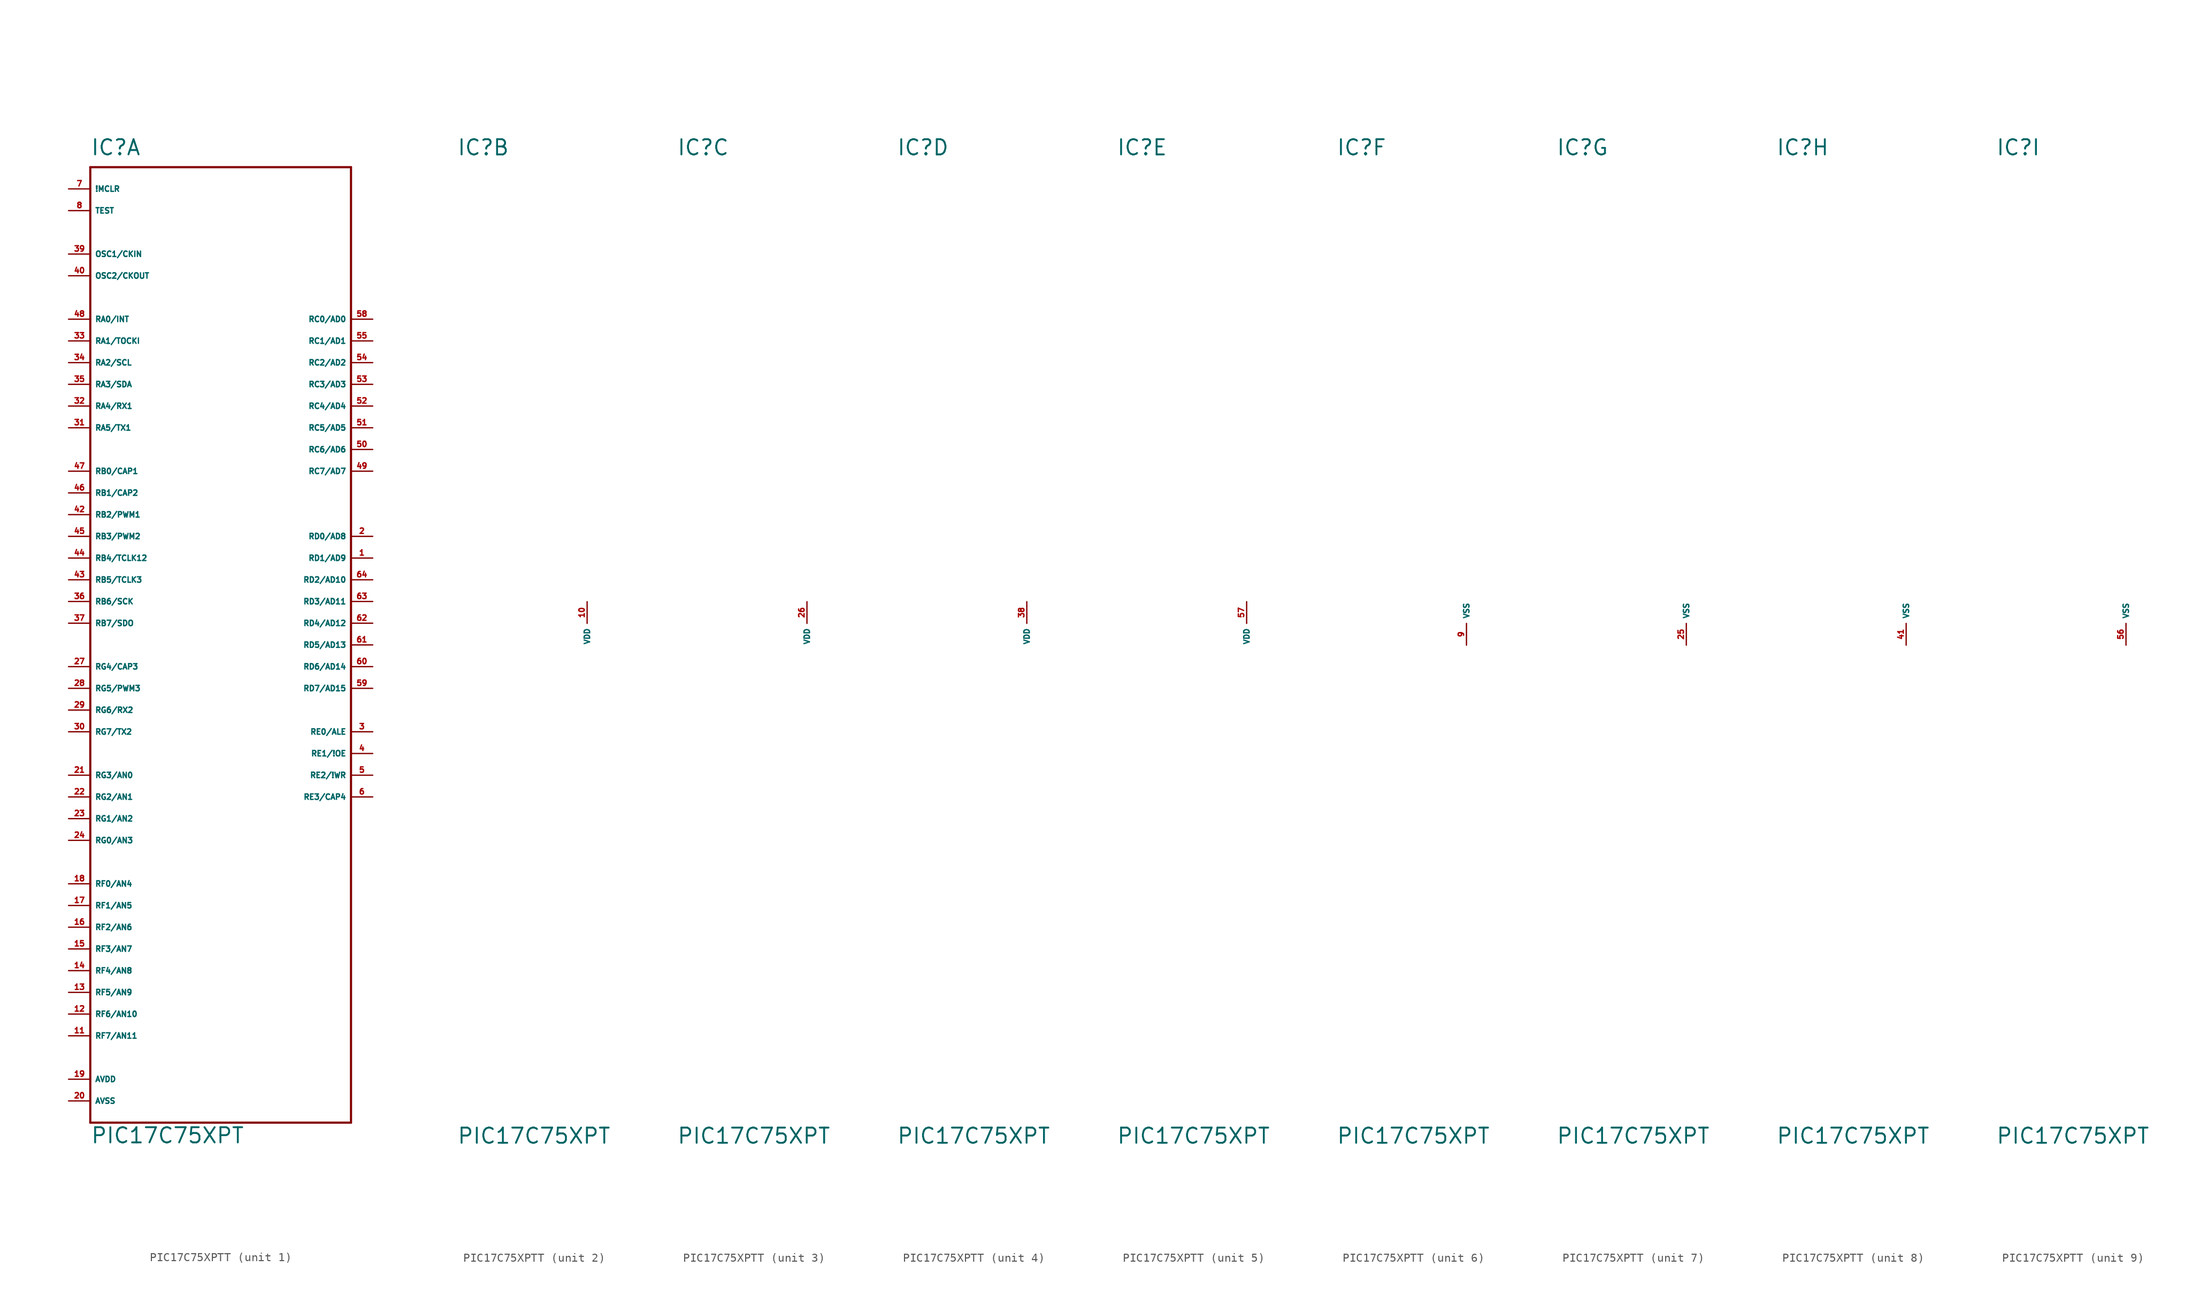
<source format=kicad_sym>
(kicad_symbol_lib
  (version 20220914)
  (generator Eagle2Kicad)
  (symbol "PIC17C75XPTT"
    (property "Reference" "IC"
      (at -15.24 54.61 0)
      (effects (font (size 1.778 1.778) (thickness 0.22)) (justify left bottom)))
    (property "Value" "PIC17C75XPT"
      (at -15.24 -60.96 0)
      (effects (font (size 1.778 1.778) (thickness 0.22)) (justify left bottom)))
    (symbol "PIC17C75XPTT_1_0"
      (polyline (pts (xy -15.24 53.34) (xy 15.24 53.34)) (stroke (width 0.254) (type default)) (fill (type none)))
      (polyline (pts (xy 15.24 53.34) (xy 15.24 -58.42)) (stroke (width 0.254) (type default)) (fill (type none)))
      (polyline (pts (xy 15.24 -58.42) (xy -15.24 -58.42)) (stroke (width 0.254) (type default)) (fill (type none)))
      (polyline (pts (xy -15.24 -58.42) (xy -15.24 53.34)) (stroke (width 0.254) (type default)) (fill (type none)))
      (pin bidirectional line (at 17.78 10.16 180) (length 2.54) (name "RD0/AD8" (effects (font (size 0.635 0.635) (thickness 0.08)) (justify left bottom))) (number "2" (effects (font (size 0.635 0.635) (thickness 0.08)) (justify left bottom))))
      (pin bidirectional line (at 17.78 7.62 180) (length 2.54) (name "RD1/AD9" (effects (font (size 0.635 0.635) (thickness 0.08)) (justify left bottom))) (number "1" (effects (font (size 0.635 0.635) (thickness 0.08)) (justify left bottom))))
      (pin bidirectional line (at 17.78 5.08 180) (length 2.54) (name "RD2/AD10" (effects (font (size 0.635 0.635) (thickness 0.08)) (justify left bottom))) (number "64" (effects (font (size 0.635 0.635) (thickness 0.08)) (justify left bottom))))
      (pin bidirectional line (at 17.78 2.54 180) (length 2.54) (name "RD3/AD11" (effects (font (size 0.635 0.635) (thickness 0.08)) (justify left bottom))) (number "63" (effects (font (size 0.635 0.635) (thickness 0.08)) (justify left bottom))))
      (pin bidirectional line (at 17.78 0 180) (length 2.54) (name "RD4/AD12" (effects (font (size 0.635 0.635) (thickness 0.08)) (justify left bottom))) (number "62" (effects (font (size 0.635 0.635) (thickness 0.08)) (justify left bottom))))
      (pin bidirectional line (at 17.78 -2.54 180) (length 2.54) (name "RD5/AD13" (effects (font (size 0.635 0.635) (thickness 0.08)) (justify left bottom))) (number "61" (effects (font (size 0.635 0.635) (thickness 0.08)) (justify left bottom))))
      (pin bidirectional line (at 17.78 -5.08 180) (length 2.54) (name "RD6/AD14" (effects (font (size 0.635 0.635) (thickness 0.08)) (justify left bottom))) (number "60" (effects (font (size 0.635 0.635) (thickness 0.08)) (justify left bottom))))
      (pin bidirectional line (at 17.78 -7.62 180) (length 2.54) (name "RD7/AD15" (effects (font (size 0.635 0.635) (thickness 0.08)) (justify left bottom))) (number "59" (effects (font (size 0.635 0.635) (thickness 0.08)) (justify left bottom))))
      (pin bidirectional line (at 17.78 -12.7 180) (length 2.54) (name "RE0/ALE" (effects (font (size 0.635 0.635) (thickness 0.08)) (justify left bottom))) (number "3" (effects (font (size 0.635 0.635) (thickness 0.08)) (justify left bottom))))
      (pin bidirectional line (at 17.78 -15.24 180) (length 2.54) (name "RE1/!OE" (effects (font (size 0.635 0.635) (thickness 0.08)) (justify left bottom))) (number "4" (effects (font (size 0.635 0.635) (thickness 0.08)) (justify left bottom))))
      (pin bidirectional line (at 17.78 -17.78 180) (length 2.54) (name "RE2/!WR" (effects (font (size 0.635 0.635) (thickness 0.08)) (justify left bottom))) (number "5" (effects (font (size 0.635 0.635) (thickness 0.08)) (justify left bottom))))
      (pin bidirectional line (at 17.78 -20.32 180) (length 2.54) (name "RE3/CAP4" (effects (font (size 0.635 0.635) (thickness 0.08)) (justify left bottom))) (number "6" (effects (font (size 0.635 0.635) (thickness 0.08)) (justify left bottom))))
      (pin input line (at -17.78 50.8 0) (length 2.54) (name "!MCLR" (effects (font (size 0.635 0.635) (thickness 0.08)) (justify left bottom))) (number "7" (effects (font (size 0.635 0.635) (thickness 0.08)) (justify left bottom))))
      (pin input line (at -17.78 48.26 0) (length 2.54) (name "TEST" (effects (font (size 0.635 0.635) (thickness 0.08)) (justify left bottom))) (number "8" (effects (font (size 0.635 0.635) (thickness 0.08)) (justify left bottom))))
      (pin bidirectional line (at -17.78 -30.48 0) (length 2.54) (name "RF0/AN4" (effects (font (size 0.635 0.635) (thickness 0.08)) (justify left bottom))) (number "18" (effects (font (size 0.635 0.635) (thickness 0.08)) (justify left bottom))))
      (pin bidirectional line (at -17.78 -33.02 0) (length 2.54) (name "RF1/AN5" (effects (font (size 0.635 0.635) (thickness 0.08)) (justify left bottom))) (number "17" (effects (font (size 0.635 0.635) (thickness 0.08)) (justify left bottom))))
      (pin bidirectional line (at -17.78 -35.56 0) (length 2.54) (name "RF2/AN6" (effects (font (size 0.635 0.635) (thickness 0.08)) (justify left bottom))) (number "16" (effects (font (size 0.635 0.635) (thickness 0.08)) (justify left bottom))))
      (pin bidirectional line (at -17.78 -38.1 0) (length 2.54) (name "RF3/AN7" (effects (font (size 0.635 0.635) (thickness 0.08)) (justify left bottom))) (number "15" (effects (font (size 0.635 0.635) (thickness 0.08)) (justify left bottom))))
      (pin bidirectional line (at -17.78 -40.64 0) (length 2.54) (name "RF4/AN8" (effects (font (size 0.635 0.635) (thickness 0.08)) (justify left bottom))) (number "14" (effects (font (size 0.635 0.635) (thickness 0.08)) (justify left bottom))))
      (pin bidirectional line (at -17.78 -43.18 0) (length 2.54) (name "RF5/AN9" (effects (font (size 0.635 0.635) (thickness 0.08)) (justify left bottom))) (number "13" (effects (font (size 0.635 0.635) (thickness 0.08)) (justify left bottom))))
      (pin bidirectional line (at -17.78 -45.72 0) (length 2.54) (name "RF6/AN10" (effects (font (size 0.635 0.635) (thickness 0.08)) (justify left bottom))) (number "12" (effects (font (size 0.635 0.635) (thickness 0.08)) (justify left bottom))))
      (pin bidirectional line (at -17.78 -48.26 0) (length 2.54) (name "RF7/AN11" (effects (font (size 0.635 0.635) (thickness 0.08)) (justify left bottom))) (number "11" (effects (font (size 0.635 0.635) (thickness 0.08)) (justify left bottom))))
      (pin bidirectional line (at -17.78 -25.4 0) (length 2.54) (name "RG0/AN3" (effects (font (size 0.635 0.635) (thickness 0.08)) (justify left bottom))) (number "24" (effects (font (size 0.635 0.635) (thickness 0.08)) (justify left bottom))))
      (pin bidirectional line (at -17.78 -22.86 0) (length 2.54) (name "RG1/AN2" (effects (font (size 0.635 0.635) (thickness 0.08)) (justify left bottom))) (number "23" (effects (font (size 0.635 0.635) (thickness 0.08)) (justify left bottom))))
      (pin bidirectional line (at -17.78 -20.32 0) (length 2.54) (name "RG2/AN1" (effects (font (size 0.635 0.635) (thickness 0.08)) (justify left bottom))) (number "22" (effects (font (size 0.635 0.635) (thickness 0.08)) (justify left bottom))))
      (pin bidirectional line (at -17.78 -17.78 0) (length 2.54) (name "RG3/AN0" (effects (font (size 0.635 0.635) (thickness 0.08)) (justify left bottom))) (number "21" (effects (font (size 0.635 0.635) (thickness 0.08)) (justify left bottom))))
      (pin bidirectional line (at -17.78 -5.08 0) (length 2.54) (name "RG4/CAP3" (effects (font (size 0.635 0.635) (thickness 0.08)) (justify left bottom))) (number "27" (effects (font (size 0.635 0.635) (thickness 0.08)) (justify left bottom))))
      (pin bidirectional line (at -17.78 -7.62 0) (length 2.54) (name "RG5/PWM3" (effects (font (size 0.635 0.635) (thickness 0.08)) (justify left bottom))) (number "28" (effects (font (size 0.635 0.635) (thickness 0.08)) (justify left bottom))))
      (pin bidirectional line (at -17.78 -10.16 0) (length 2.54) (name "RG6/RX2" (effects (font (size 0.635 0.635) (thickness 0.08)) (justify left bottom))) (number "29" (effects (font (size 0.635 0.635) (thickness 0.08)) (justify left bottom))))
      (pin bidirectional line (at -17.78 -12.7 0) (length 2.54) (name "RG7/TX2" (effects (font (size 0.635 0.635) (thickness 0.08)) (justify left bottom))) (number "30" (effects (font (size 0.635 0.635) (thickness 0.08)) (justify left bottom))))
      (pin input line (at -17.78 35.56 0) (length 2.54) (name "RA0/INT" (effects (font (size 0.635 0.635) (thickness 0.08)) (justify left bottom))) (number "48" (effects (font (size 0.635 0.635) (thickness 0.08)) (justify left bottom))))
      (pin input line (at -17.78 33.02 0) (length 2.54) (name "RA1/TOCKI" (effects (font (size 0.635 0.635) (thickness 0.08)) (justify left bottom))) (number "33" (effects (font (size 0.635 0.635) (thickness 0.08)) (justify left bottom))))
      (pin bidirectional line (at -17.78 30.48 0) (length 2.54) (name "RA2/SCL" (effects (font (size 0.635 0.635) (thickness 0.08)) (justify left bottom))) (number "34" (effects (font (size 0.635 0.635) (thickness 0.08)) (justify left bottom))))
      (pin bidirectional line (at -17.78 27.94 0) (length 2.54) (name "RA3/SDA" (effects (font (size 0.635 0.635) (thickness 0.08)) (justify left bottom))) (number "35" (effects (font (size 0.635 0.635) (thickness 0.08)) (justify left bottom))))
      (pin bidirectional line (at -17.78 25.4 0) (length 2.54) (name "RA4/RX1" (effects (font (size 0.635 0.635) (thickness 0.08)) (justify left bottom))) (number "32" (effects (font (size 0.635 0.635) (thickness 0.08)) (justify left bottom))))
      (pin bidirectional line (at -17.78 22.86 0) (length 2.54) (name "RA5/TX1" (effects (font (size 0.635 0.635) (thickness 0.08)) (justify left bottom))) (number "31" (effects (font (size 0.635 0.635) (thickness 0.08)) (justify left bottom))))
      (pin bidirectional line (at -17.78 17.78 0) (length 2.54) (name "RB0/CAP1" (effects (font (size 0.635 0.635) (thickness 0.08)) (justify left bottom))) (number "47" (effects (font (size 0.635 0.635) (thickness 0.08)) (justify left bottom))))
      (pin bidirectional line (at -17.78 15.24 0) (length 2.54) (name "RB1/CAP2" (effects (font (size 0.635 0.635) (thickness 0.08)) (justify left bottom))) (number "46" (effects (font (size 0.635 0.635) (thickness 0.08)) (justify left bottom))))
      (pin bidirectional line (at -17.78 12.7 0) (length 2.54) (name "RB2/PWM1" (effects (font (size 0.635 0.635) (thickness 0.08)) (justify left bottom))) (number "42" (effects (font (size 0.635 0.635) (thickness 0.08)) (justify left bottom))))
      (pin bidirectional line (at -17.78 10.16 0) (length 2.54) (name "RB3/PWM2" (effects (font (size 0.635 0.635) (thickness 0.08)) (justify left bottom))) (number "45" (effects (font (size 0.635 0.635) (thickness 0.08)) (justify left bottom))))
      (pin bidirectional line (at -17.78 7.62 0) (length 2.54) (name "RB4/TCLK12" (effects (font (size 0.635 0.635) (thickness 0.08)) (justify left bottom))) (number "44" (effects (font (size 0.635 0.635) (thickness 0.08)) (justify left bottom))))
      (pin bidirectional line (at -17.78 5.08 0) (length 2.54) (name "RB5/TCLK3" (effects (font (size 0.635 0.635) (thickness 0.08)) (justify left bottom))) (number "43" (effects (font (size 0.635 0.635) (thickness 0.08)) (justify left bottom))))
      (pin bidirectional line (at -17.78 2.54 0) (length 2.54) (name "RB6/SCK" (effects (font (size 0.635 0.635) (thickness 0.08)) (justify left bottom))) (number "36" (effects (font (size 0.635 0.635) (thickness 0.08)) (justify left bottom))))
      (pin bidirectional line (at -17.78 0 0) (length 2.54) (name "RB7/SDO" (effects (font (size 0.635 0.635) (thickness 0.08)) (justify left bottom))) (number "37" (effects (font (size 0.635 0.635) (thickness 0.08)) (justify left bottom))))
      (pin bidirectional line (at 17.78 35.56 180) (length 2.54) (name "RC0/AD0" (effects (font (size 0.635 0.635) (thickness 0.08)) (justify left bottom))) (number "58" (effects (font (size 0.635 0.635) (thickness 0.08)) (justify left bottom))))
      (pin bidirectional line (at 17.78 33.02 180) (length 2.54) (name "RC1/AD1" (effects (font (size 0.635 0.635) (thickness 0.08)) (justify left bottom))) (number "55" (effects (font (size 0.635 0.635) (thickness 0.08)) (justify left bottom))))
      (pin bidirectional line (at 17.78 30.48 180) (length 2.54) (name "RC2/AD2" (effects (font (size 0.635 0.635) (thickness 0.08)) (justify left bottom))) (number "54" (effects (font (size 0.635 0.635) (thickness 0.08)) (justify left bottom))))
      (pin bidirectional line (at 17.78 27.94 180) (length 2.54) (name "RC3/AD3" (effects (font (size 0.635 0.635) (thickness 0.08)) (justify left bottom))) (number "53" (effects (font (size 0.635 0.635) (thickness 0.08)) (justify left bottom))))
      (pin bidirectional line (at 17.78 25.4 180) (length 2.54) (name "RC4/AD4" (effects (font (size 0.635 0.635) (thickness 0.08)) (justify left bottom))) (number "52" (effects (font (size 0.635 0.635) (thickness 0.08)) (justify left bottom))))
      (pin bidirectional line (at 17.78 22.86 180) (length 2.54) (name "RC5/AD5" (effects (font (size 0.635 0.635) (thickness 0.08)) (justify left bottom))) (number "51" (effects (font (size 0.635 0.635) (thickness 0.08)) (justify left bottom))))
      (pin bidirectional line (at 17.78 20.32 180) (length 2.54) (name "RC6/AD6" (effects (font (size 0.635 0.635) (thickness 0.08)) (justify left bottom))) (number "50" (effects (font (size 0.635 0.635) (thickness 0.08)) (justify left bottom))))
      (pin bidirectional line (at 17.78 17.78 180) (length 2.54) (name "RC7/AD7" (effects (font (size 0.635 0.635) (thickness 0.08)) (justify left bottom))) (number "49" (effects (font (size 0.635 0.635) (thickness 0.08)) (justify left bottom))))
      (pin unspecified line (at -17.78 -53.34 0) (length 2.54) (name "AVDD" (effects (font (size 0.635 0.635) (thickness 0.08)) (justify left bottom))) (number "19" (effects (font (size 0.635 0.635) (thickness 0.08)) (justify left bottom))))
      (pin unspecified line (at -17.78 -55.88 0) (length 2.54) (name "AVSS" (effects (font (size 0.635 0.635) (thickness 0.08)) (justify left bottom))) (number "20" (effects (font (size 0.635 0.635) (thickness 0.08)) (justify left bottom))))
      (pin input line (at -17.78 43.18 0) (length 2.54) (name "OSC1/CKIN" (effects (font (size 0.635 0.635) (thickness 0.08)) (justify left bottom))) (number "39" (effects (font (size 0.635 0.635) (thickness 0.08)) (justify left bottom))))
      (pin output line (at -17.78 40.64 0) (length 2.54) (name "OSC2/CKOUT" (effects (font (size 0.635 0.635) (thickness 0.08)) (justify left bottom))) (number "40" (effects (font (size 0.635 0.635) (thickness 0.08)) (justify left bottom)))))
    (symbol "PIC17C75XPTT_2_0"
      (pin unspecified line (at 0 2.54 270) (length 2.54) (name "VDD" (effects (font (size 0.635 0.635) (thickness 0.08)) (justify left bottom))) (number "10" (effects (font (size 0.635 0.635) (thickness 0.08)) (justify left bottom)))))
    (symbol "PIC17C75XPTT_3_0"
      (pin unspecified line (at 0 2.54 270) (length 2.54) (name "VDD" (effects (font (size 0.635 0.635) (thickness 0.08)) (justify left bottom))) (number "26" (effects (font (size 0.635 0.635) (thickness 0.08)) (justify left bottom)))))
    (symbol "PIC17C75XPTT_4_0"
      (pin unspecified line (at 0 2.54 270) (length 2.54) (name "VDD" (effects (font (size 0.635 0.635) (thickness 0.08)) (justify left bottom))) (number "38" (effects (font (size 0.635 0.635) (thickness 0.08)) (justify left bottom)))))
    (symbol "PIC17C75XPTT_5_0"
      (pin unspecified line (at 0 2.54 270) (length 2.54) (name "VDD" (effects (font (size 0.635 0.635) (thickness 0.08)) (justify left bottom))) (number "57" (effects (font (size 0.635 0.635) (thickness 0.08)) (justify left bottom)))))
    (symbol "PIC17C75XPTT_6_0"
      (pin unspecified line (at 0 -2.54 90) (length 2.54) (name "VSS" (effects (font (size 0.635 0.635) (thickness 0.08)) (justify left bottom))) (number "9" (effects (font (size 0.635 0.635) (thickness 0.08)) (justify left bottom)))))
    (symbol "PIC17C75XPTT_7_0"
      (pin unspecified line (at 0 -2.54 90) (length 2.54) (name "VSS" (effects (font (size 0.635 0.635) (thickness 0.08)) (justify left bottom))) (number "25" (effects (font (size 0.635 0.635) (thickness 0.08)) (justify left bottom)))))
    (symbol "PIC17C75XPTT_8_0"
      (pin unspecified line (at 0 -2.54 90) (length 2.54) (name "VSS" (effects (font (size 0.635 0.635) (thickness 0.08)) (justify left bottom))) (number "41" (effects (font (size 0.635 0.635) (thickness 0.08)) (justify left bottom)))))
    (symbol "PIC17C75XPTT_9_0"
      (pin unspecified line (at 0 -2.54 90) (length 2.54) (name "VSS" (effects (font (size 0.635 0.635) (thickness 0.08)) (justify left bottom))) (number "56" (effects (font (size 0.635 0.635) (thickness 0.08)) (justify left bottom)))))))
</source>
